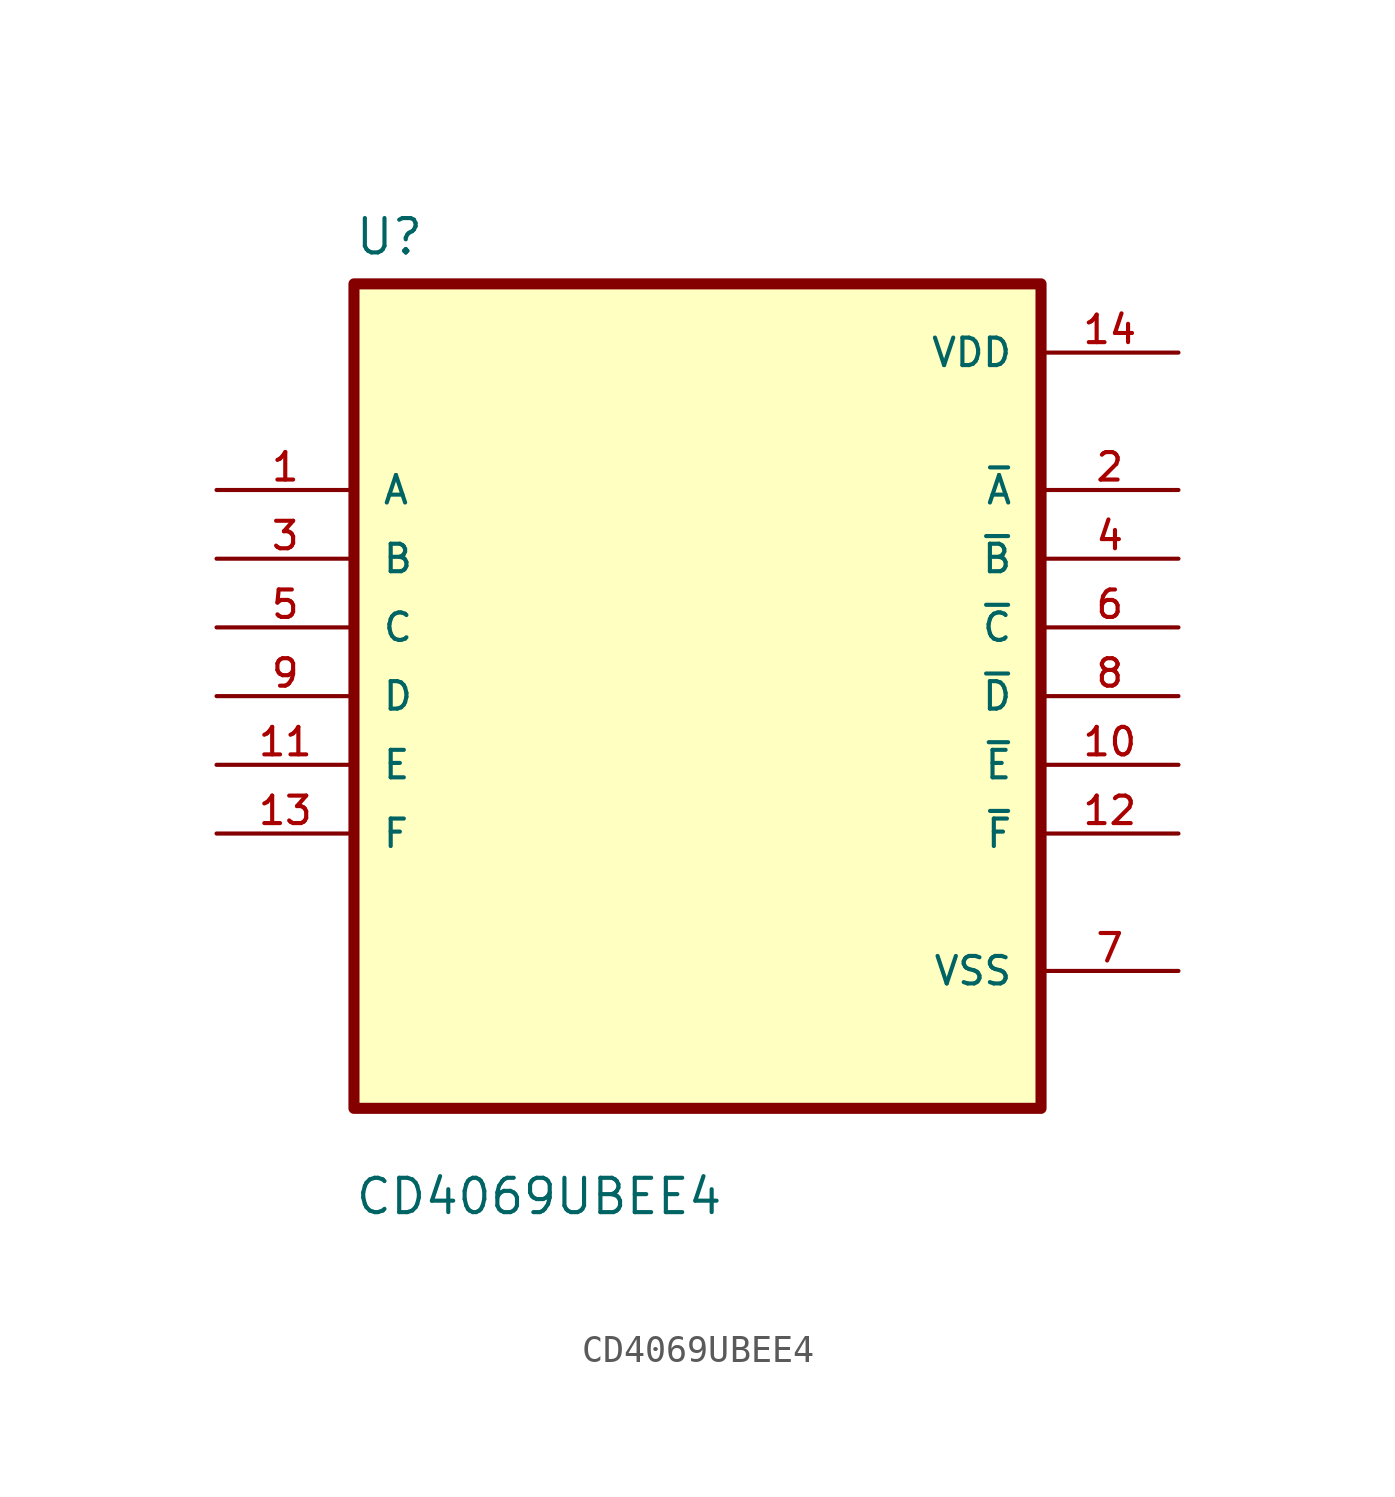
<source format=kicad_sym>
(kicad_symbol_lib
  (version 20211014)
  (generator kicad_symbol_editor)
  (symbol "CD4069UBEE4"
    (pin_names
      (offset 1.016))
    (property "Reference" "U"
      (at -12.7 16.24 0.0)
      (effects (font (size 1.27 1.27)) (justify bottom left)))
    (property "Value" "CD4069UBEE4"
      (at -12.7 -19.24 0.0)
      (effects (font (size 1.27 1.27)) (justify bottom left)))
    (symbol "CD4069UBEE4_0_0"
      (rectangle (start -12.7 -15.24) (end 12.7 15.24) (stroke (width 0.41)) (fill (type background)))
      (pin input line (at -17.78 7.62 0) (length 5.08) (name "A" (effects (font (size 1.016 1.016)))) (number "1" (effects (font (size 1.016 1.016)))))
      (pin input line (at -17.78 5.08 0) (length 5.08) (name "B" (effects (font (size 1.016 1.016)))) (number "3" (effects (font (size 1.016 1.016)))))
      (pin input line (at -17.78 2.54 0) (length 5.08) (name "C" (effects (font (size 1.016 1.016)))) (number "5" (effects (font (size 1.016 1.016)))))
      (pin input line (at -17.78 0.0 0) (length 5.08) (name "D" (effects (font (size 1.016 1.016)))) (number "9" (effects (font (size 1.016 1.016)))))
      (pin input line (at -17.78 -2.54 0) (length 5.08) (name "E" (effects (font (size 1.016 1.016)))) (number "11" (effects (font (size 1.016 1.016)))))
      (pin input line (at -17.78 -5.08 0) (length 5.08) (name "F" (effects (font (size 1.016 1.016)))) (number "13" (effects (font (size 1.016 1.016)))))
      (pin power_in line (at 17.78 12.7 180.0) (length 5.08) (name "VDD" (effects (font (size 1.016 1.016)))) (number "14" (effects (font (size 1.016 1.016)))))
      (pin output line (at 17.78 7.62 180.0) (length 5.08) (name "~{A}" (effects (font (size 1.016 1.016)))) (number "2" (effects (font (size 1.016 1.016)))))
      (pin output line (at 17.78 5.08 180.0) (length 5.08) (name "~{B}" (effects (font (size 1.016 1.016)))) (number "4" (effects (font (size 1.016 1.016)))))
      (pin output line (at 17.78 2.54 180.0) (length 5.08) (name "~{C}" (effects (font (size 1.016 1.016)))) (number "6" (effects (font (size 1.016 1.016)))))
      (pin output line (at 17.78 -8.88178e-16 180.0) (length 5.08) (name "~{D}" (effects (font (size 1.016 1.016)))) (number "8" (effects (font (size 1.016 1.016)))))
      (pin output line (at 17.78 -2.54 180.0) (length 5.08) (name "~{E}" (effects (font (size 1.016 1.016)))) (number "10" (effects (font (size 1.016 1.016)))))
      (pin output line (at 17.78 -5.08 180.0) (length 5.08) (name "~{F}" (effects (font (size 1.016 1.016)))) (number "12" (effects (font (size 1.016 1.016)))))
      (pin power_in line (at 17.78 -10.16 180.0) (length 5.08) (name "VSS" (effects (font (size 1.016 1.016)))) (number "7" (effects (font (size 1.016 1.016))))))))
</source>
